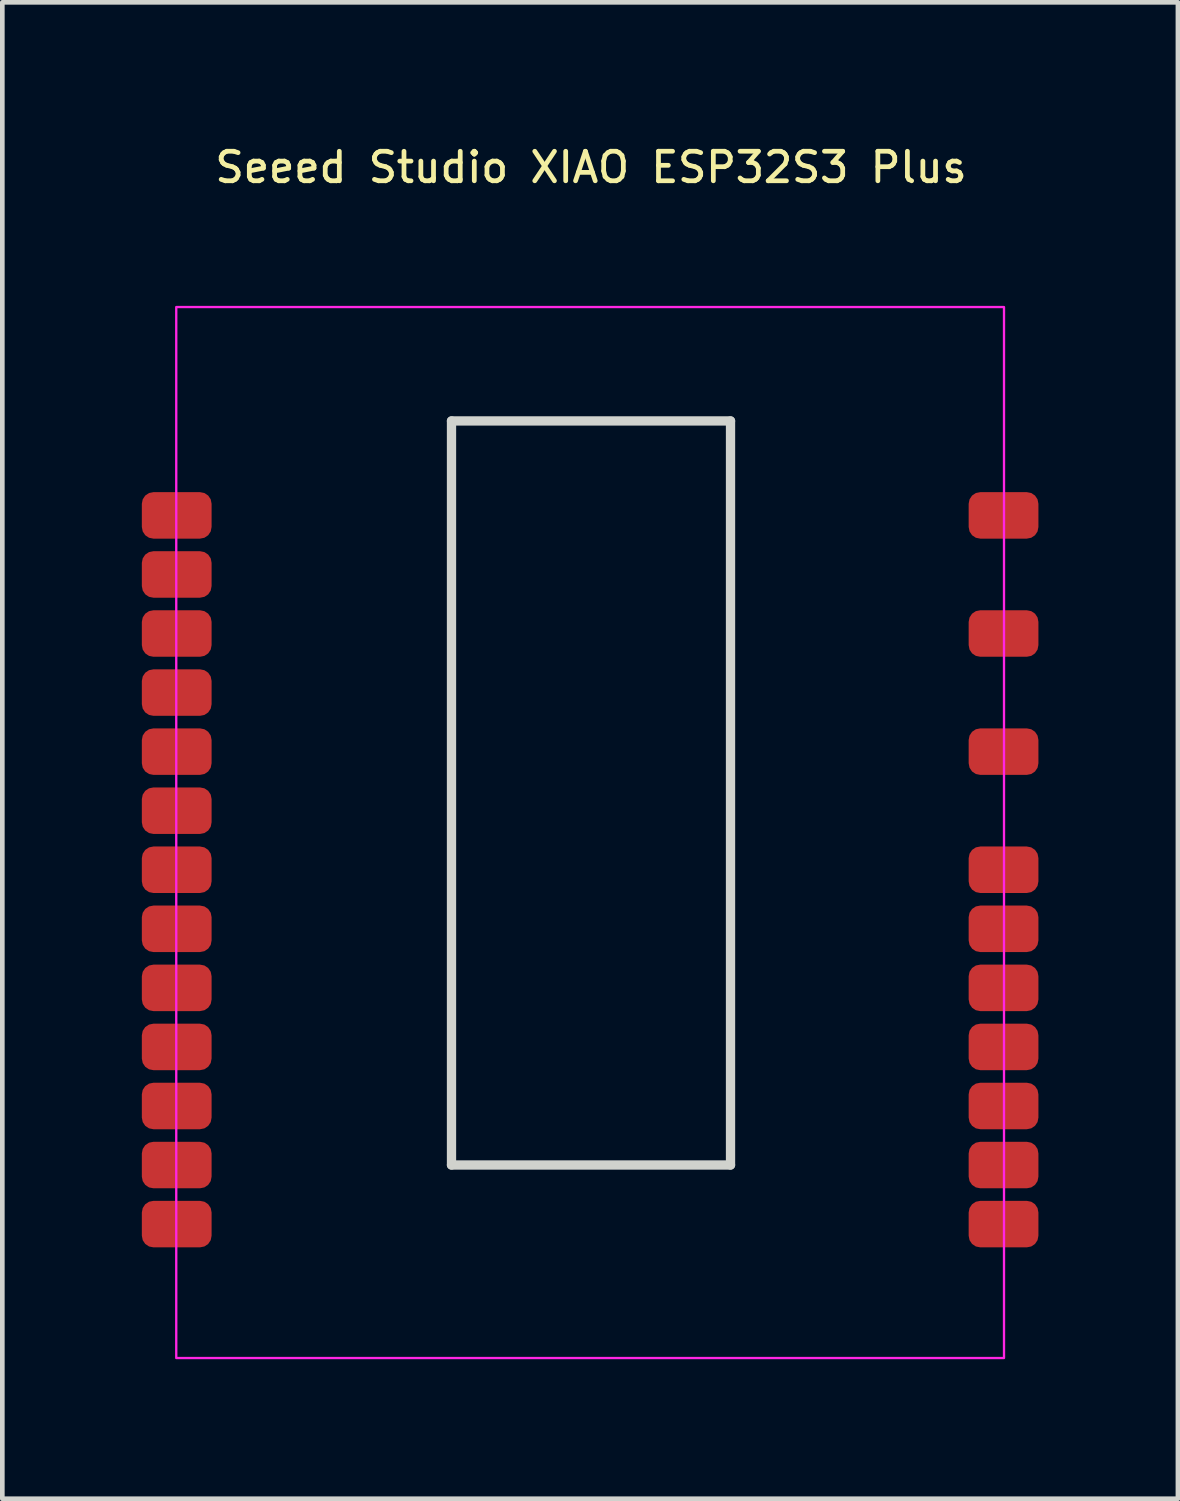
<source format=kicad_pcb>
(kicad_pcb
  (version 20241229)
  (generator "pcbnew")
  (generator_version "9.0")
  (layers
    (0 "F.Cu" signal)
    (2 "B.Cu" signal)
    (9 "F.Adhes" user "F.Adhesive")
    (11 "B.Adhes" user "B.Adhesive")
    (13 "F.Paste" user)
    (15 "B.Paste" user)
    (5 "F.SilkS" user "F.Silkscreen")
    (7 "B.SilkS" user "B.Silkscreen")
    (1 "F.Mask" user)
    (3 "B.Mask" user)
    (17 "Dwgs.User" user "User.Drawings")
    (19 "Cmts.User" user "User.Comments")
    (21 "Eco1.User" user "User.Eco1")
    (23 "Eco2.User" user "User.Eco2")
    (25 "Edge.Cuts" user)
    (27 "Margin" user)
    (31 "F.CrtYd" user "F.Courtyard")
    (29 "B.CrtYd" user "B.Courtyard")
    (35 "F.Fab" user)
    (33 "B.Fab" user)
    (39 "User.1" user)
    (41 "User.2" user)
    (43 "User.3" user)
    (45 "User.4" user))
  (footprint "Seeed Studio XIAO ESP32S3 Plus"
    (layer "F.Cu")
    (at 9.659 3.502)
    (property "Reference" "Seeed Studio XIAO ESP32S3 Plus" (at 0 -2.953 0) (unlocked yes) (layer "F.SilkS") (effects (font (size 0.635 0.635) (thickness 0.102))))
    (attr smd)
    (fp_line (start -3 2.5) (end 3 2.5) (stroke (width 0.2) (type solid)) (layer "Edge.Cuts"))
    (fp_line (start -3 18.5) (end -3 2.5) (stroke (width 0.2) (type solid)) (layer "Edge.Cuts"))
    (fp_line (start 3 2.5) (end 3 18.5) (stroke (width 0.2) (type solid)) (layer "Edge.Cuts"))
    (fp_line (start 3 18.5) (end -3 18.5) (stroke (width 0.2) (type solid)) (layer "Edge.Cuts"))
    (fp_rect (start -8.919 0.051) (end 8.881 22.651) (stroke (width 0.05) (type solid)) (fill no) (layer "F.CrtYd"))
    (fp_line (start -4.504 0.069) (end 4.497 0.069) (stroke (width 0.1) (type default)) (layer "User.1"))
    (fp_line (start -4.504 1.571) (end -4.504 0.069) (stroke (width 0.1) (type default)) (layer "User.1"))
    (fp_line (start 4.497 0.069) (end 4.497 1.581) (stroke (width 0.1) (type default)) (layer "User.1"))
    (fp_line (start 4.497 1.581) (end -4.504 1.581) (stroke (width 0.1) (type default)) (layer "User.1"))
    (fp_rect (start -3.829 0.086) (end 3.791 6.436) (stroke (width 0.076) (type default)) (fill no) (layer "User.1"))
    (pad "1" smd roundrect (at -8.909 4.531 270) (size 1 1.5) (layers "F.Cu" "F.Mask" "F.Paste") (roundrect_rratio 0.25))
    (pad "2" smd roundrect (at -8.909 7.071 270) (size 1 1.5) (layers "F.Cu" "F.Mask" "F.Paste") (roundrect_rratio 0.25))
    (pad "3" smd roundrect (at -8.909 9.611 270) (size 1 1.5) (layers "F.Cu" "F.Mask" "F.Paste") (roundrect_rratio 0.25))
    (pad "3V3" smd roundrect (at 8.871 9.611 90) (size 1 1.5) (layers "F.Cu" "F.Mask" "F.Paste") (roundrect_rratio 0.25))
    (pad "4" smd roundrect (at -8.909 12.151 270) (size 1 1.5) (layers "F.Cu" "F.Mask" "F.Paste") (roundrect_rratio 0.25))
    (pad "5" smd roundrect (at -8.909 14.691 270) (size 1 1.5) (layers "F.Cu" "F.Mask" "F.Paste") (roundrect_rratio 0.25))
    (pad "5V" smd roundrect (at 8.871 4.531 90) (size 1 1.5) (layers "F.Cu" "F.Mask" "F.Paste") (roundrect_rratio 0.25))
    (pad "6" smd roundrect (at -8.909 17.231 270) (size 1 1.5) (layers "F.Cu" "F.Mask" "F.Paste") (roundrect_rratio 0.25))
    (pad "7" smd roundrect (at 8.871 17.231 90) (size 1 1.5) (layers "F.Cu" "F.Mask" "F.Paste") (roundrect_rratio 0.25))
    (pad "8" smd roundrect (at 8.871 14.691 90) (size 1 1.5) (layers "F.Cu" "F.Mask" "F.Paste") (roundrect_rratio 0.25))
    (pad "9" smd roundrect (at 8.871 12.151 90) (size 1 1.5) (layers "F.Cu" "F.Mask" "F.Paste") (roundrect_rratio 0.25))
    (pad "10" smd roundrect (at -8.909 18.501 270) (size 1 1.5) (layers "F.Cu" "F.Mask" "F.Paste") (roundrect_rratio 0.25))
    (pad "11" smd roundrect (at 8.871 18.501 90) (size 1 1.5) (layers "F.Cu" "F.Mask" "F.Paste") (roundrect_rratio 0.25))
    (pad "12" smd roundrect (at 8.871 15.961 90) (size 1 1.5) (layers "F.Cu" "F.Mask" "F.Paste") (roundrect_rratio 0.25))
    (pad "13" smd roundrect (at 8.871 13.421 90) (size 1 1.5) (layers "F.Cu" "F.Mask" "F.Paste") (roundrect_rratio 0.25))
    (pad "38" smd roundrect (at -8.909 5.801 270) (size 1 1.5) (layers "F.Cu" "F.Mask" "F.Paste") (roundrect_rratio 0.25))
    (pad "39" smd roundrect (at -8.909 8.341 270) (size 1 1.5) (layers "F.Cu" "F.Mask" "F.Paste") (roundrect_rratio 0.25))
    (pad "40" smd roundrect (at -8.909 10.881 270) (size 1 1.5) (layers "F.Cu" "F.Mask" "F.Paste") (roundrect_rratio 0.25))
    (pad "41" smd roundrect (at -8.909 13.421 270) (size 1 1.5) (layers "F.Cu" "F.Mask" "F.Paste") (roundrect_rratio 0.25))
    (pad "42" smd roundrect (at -8.909 15.961 270) (size 1 1.5) (layers "F.Cu" "F.Mask" "F.Paste") (roundrect_rratio 0.25))
    (pad "43" smd roundrect (at -8.909 19.771 270) (size 1 1.5) (layers "F.Cu" "F.Mask" "F.Paste") (roundrect_rratio 0.25))
    (pad "44" smd roundrect (at 8.871 19.771 90) (size 1 1.5) (layers "F.Cu" "F.Mask" "F.Paste") (roundrect_rratio 0.25))
    (pad "GND" smd roundrect (at 8.871 7.071 90) (size 1 1.5) (layers "F.Cu" "F.Mask" "F.Paste") (roundrect_rratio 0.25)))
  (gr_rect
    (start -3 -3)
    (end 22.28 29.179)
    (stroke (width 0.1) (type default))
    (fill no)
    (layer "Edge.Cuts")))
</source>
